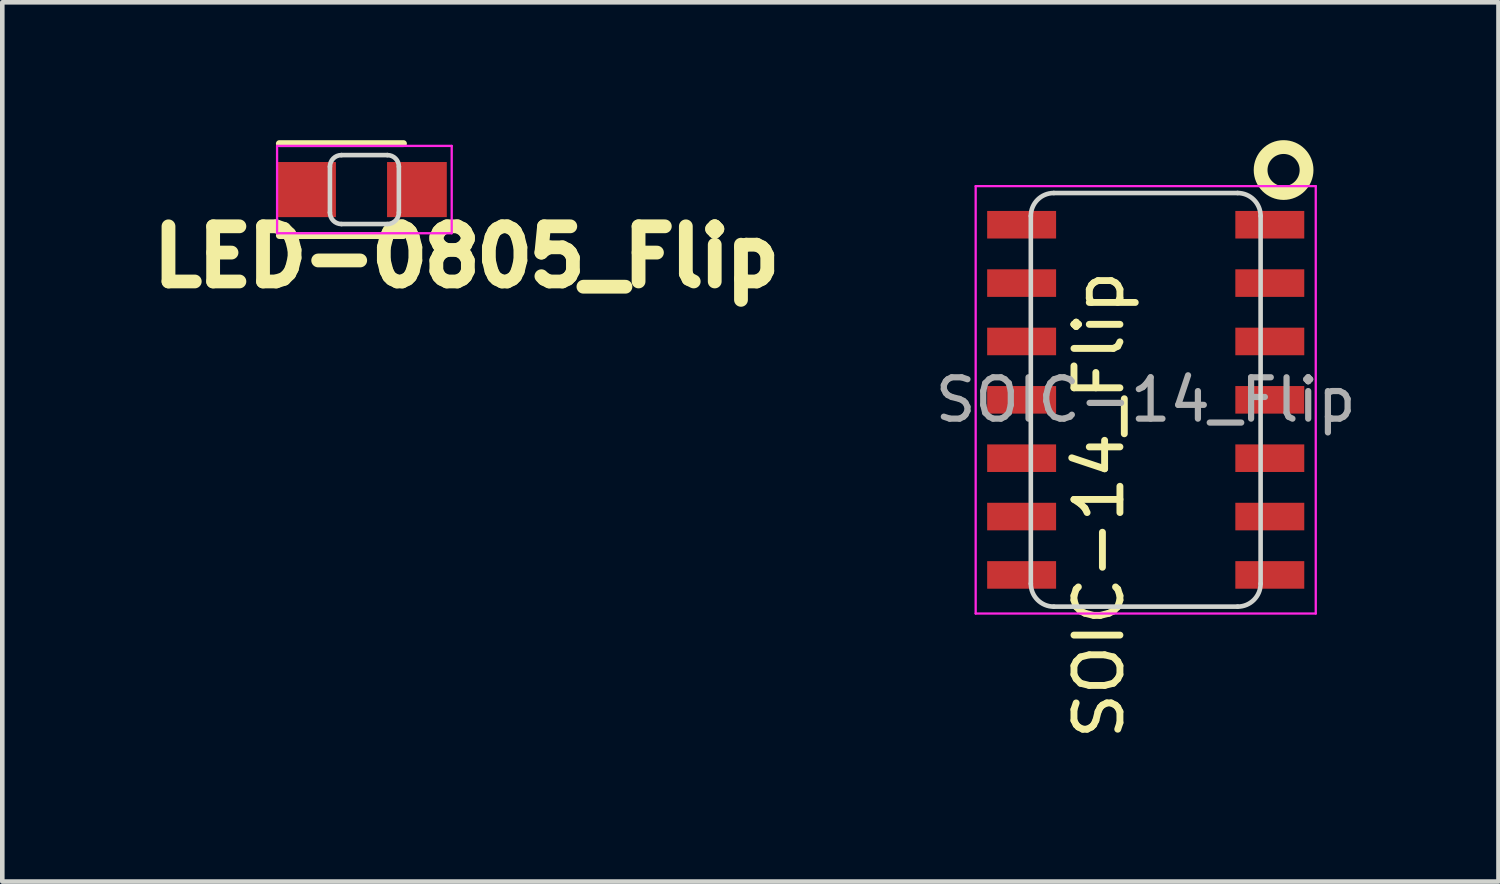
<source format=kicad_pcb>
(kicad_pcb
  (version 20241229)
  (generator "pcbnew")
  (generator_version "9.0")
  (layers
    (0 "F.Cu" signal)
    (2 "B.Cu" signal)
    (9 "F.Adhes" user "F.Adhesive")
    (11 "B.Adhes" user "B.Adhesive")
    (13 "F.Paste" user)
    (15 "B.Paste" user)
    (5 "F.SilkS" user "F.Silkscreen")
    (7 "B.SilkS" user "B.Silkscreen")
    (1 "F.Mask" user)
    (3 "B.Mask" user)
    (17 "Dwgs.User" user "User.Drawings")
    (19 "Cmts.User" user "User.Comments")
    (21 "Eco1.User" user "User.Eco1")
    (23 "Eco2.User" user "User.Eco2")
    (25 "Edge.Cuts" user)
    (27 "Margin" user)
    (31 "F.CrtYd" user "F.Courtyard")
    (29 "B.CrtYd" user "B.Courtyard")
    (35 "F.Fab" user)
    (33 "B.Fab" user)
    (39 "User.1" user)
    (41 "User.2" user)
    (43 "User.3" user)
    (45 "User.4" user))
  (footprint "LED-0805_Flip"
    (layer "F.Cu")
    (at 4.879 1.075)
    (property "Reference" "LED-0805_Flip" (at 2.223 1.46 0) (layer "F.SilkS") (effects (font (size 1.2 1.2) (thickness 0.3))))
    (attr smd)
    (fp_line (start -1.85 -1) (end 0.85 -1) (stroke (width 0.15) (type solid)) (layer "F.SilkS"))
    (fp_line (start -1.85 1) (end 0.85 1) (stroke (width 0.15) (type solid)) (layer "F.SilkS"))
    (fp_line (start -0.75 -0.5) (end -0.75 0.5) (stroke (width 0.1) (type solid)) (layer "Edge.Cuts"))
    (fp_line (start -0.5 0.75) (end 0.5 0.75) (stroke (width 0.1) (type solid)) (layer "Edge.Cuts"))
    (fp_line (start 0.5 -0.75) (end -0.5 -0.75) (stroke (width 0.1) (type solid)) (layer "Edge.Cuts"))
    (fp_line (start 0.75 0.5) (end 0.75 -0.5) (stroke (width 0.1) (type solid)) (layer "Edge.Cuts"))
    (fp_arc (start -0.75 -0.5) (mid -0.676777 -0.676777) (end -0.5 -0.75) (stroke (width 0.1) (type solid)) (layer "Edge.Cuts"))
    (fp_arc (start -0.5 0.75) (mid -0.676777 0.676777) (end -0.75 0.5) (stroke (width 0.1) (type solid)) (layer "Edge.Cuts"))
    (fp_arc (start 0.5 -0.75) (mid 0.676777 -0.676777) (end 0.75 -0.5) (stroke (width 0.1) (type solid)) (layer "Edge.Cuts"))
    (fp_arc (start 0.75 0.5) (mid 0.676777 0.676777) (end 0.5 0.75) (stroke (width 0.1) (type solid)) (layer "Edge.Cuts"))
    (fp_line (start -1.9 -0.95) (end 1.9 -0.95) (stroke (width 0.05) (type solid)) (layer "F.CrtYd"))
    (fp_line (start -1.9 0.95) (end -1.9 -0.95) (stroke (width 0.05) (type solid)) (layer "F.CrtYd"))
    (fp_line (start 1.9 -0.95) (end 1.9 0.95) (stroke (width 0.05) (type solid)) (layer "F.CrtYd"))
    (fp_line (start 1.9 0.95) (end -1.9 0.95) (stroke (width 0.05) (type solid)) (layer "F.CrtYd"))
    (pad "1" smd rect (at -1.27 0 180) (size 1.3 1.199) (layers "F.Cu" "F.Mask" "F.Paste"))
    (pad "2" smd rect (at 1.143 0 180) (size 1.3 1.199) (layers "F.Cu" "F.Mask" "F.Paste")))
  (footprint "SOIC-14_Flip"
    (layer "F.Cu")
    (at 21.88 5.65)
    (property "Reference" "SOIC-14_Flip" (at -1.016 2.286 270) (layer "F.SilkS") (effects (font (size 1 1) (thickness 0.15))))
    (attr smd)
    (fp_circle (center 3 -5) (end 3 -5.5) (stroke (width 0.3) (type solid)) (fill no) (layer "F.SilkS"))
    (fp_line (start -2.5 4) (end -2.5 -4) (stroke (width 0.1) (type solid)) (layer "Edge.Cuts"))
    (fp_line (start -2 -4.5) (end 2 -4.5) (stroke (width 0.1) (type solid)) (layer "Edge.Cuts"))
    (fp_line (start -2 4.5) (end 2 4.5) (stroke (width 0.1) (type solid)) (layer "Edge.Cuts"))
    (fp_line (start 2.5 -4) (end 2.5 4) (stroke (width 0.1) (type solid)) (layer "Edge.Cuts"))
    (fp_arc (start -2.5 -4) (mid -2.353553 -4.353553) (end -2 -4.5) (stroke (width 0.1) (type solid)) (layer "Edge.Cuts"))
    (fp_arc (start -2 4.5) (mid -2.353553 4.353553) (end -2.5 4) (stroke (width 0.1) (type solid)) (layer "Edge.Cuts"))
    (fp_arc (start 2 -4.5) (mid 2.353553 -4.353553) (end 2.5 -4) (stroke (width 0.1) (type solid)) (layer "Edge.Cuts"))
    (fp_arc (start 2.5 4) (mid 2.353553 4.353553) (end 2 4.5) (stroke (width 0.1) (type solid)) (layer "Edge.Cuts"))
    (fp_line (start -3.7 -4.65) (end -3.7 4.65) (stroke (width 0.05) (type solid)) (layer "F.CrtYd"))
    (fp_line (start -3.7 -4.65) (end 3.7 -4.65) (stroke (width 0.05) (type solid)) (layer "F.CrtYd"))
    (fp_line (start -3.7 4.65) (end 3.7 4.65) (stroke (width 0.05) (type solid)) (layer "F.CrtYd"))
    (fp_line (start 3.7 -4.65) (end 3.7 4.65) (stroke (width 0.05) (type solid)) (layer "F.CrtYd"))
    (fp_text user "${REFERENCE}" (at 0 0 0) (layer "F.Fab") (effects (font (size 0.9 0.9) (thickness 0.135))))
    (pad "1" smd rect (at 2.7 -3.81) (size 1.5 0.6) (layers "F.Cu" "F.Mask" "F.Paste"))
    (pad "2" smd rect (at 2.7 -2.54) (size 1.5 0.6) (layers "F.Cu" "F.Mask" "F.Paste"))
    (pad "3" smd rect (at 2.7 -1.27) (size 1.5 0.6) (layers "F.Cu" "F.Mask" "F.Paste"))
    (pad "4" smd rect (at 2.7 0) (size 1.5 0.6) (layers "F.Cu" "F.Mask" "F.Paste"))
    (pad "5" smd rect (at 2.7 1.27) (size 1.5 0.6) (layers "F.Cu" "F.Mask" "F.Paste"))
    (pad "6" smd rect (at 2.7 2.54) (size 1.5 0.6) (layers "F.Cu" "F.Mask" "F.Paste"))
    (pad "7" smd rect (at 2.7 3.81) (size 1.5 0.6) (layers "F.Cu" "F.Mask" "F.Paste"))
    (pad "8" smd rect (at -2.7 3.81) (size 1.5 0.6) (layers "F.Cu" "F.Mask" "F.Paste"))
    (pad "9" smd rect (at -2.7 2.54) (size 1.5 0.6) (layers "F.Cu" "F.Mask" "F.Paste"))
    (pad "10" smd rect (at -2.7 1.27) (size 1.5 0.6) (layers "F.Cu" "F.Mask" "F.Paste"))
    (pad "11" smd rect (at -2.7 0) (size 1.5 0.6) (layers "F.Cu" "F.Mask" "F.Paste"))
    (pad "12" smd rect (at -2.7 -1.27) (size 1.5 0.6) (layers "F.Cu" "F.Mask" "F.Paste"))
    (pad "13" smd rect (at -2.7 -2.54) (size 1.5 0.6) (layers "F.Cu" "F.Mask" "F.Paste"))
    (pad "14" smd rect (at -2.7 -3.81) (size 1.5 0.6) (layers "F.Cu" "F.Mask" "F.Paste")))
  (gr_rect
    (start -3 -3)
    (end 29.556 16.132)
    (stroke (width 0.1) (type default))
    (fill no)
    (layer "Edge.Cuts")))
</source>
